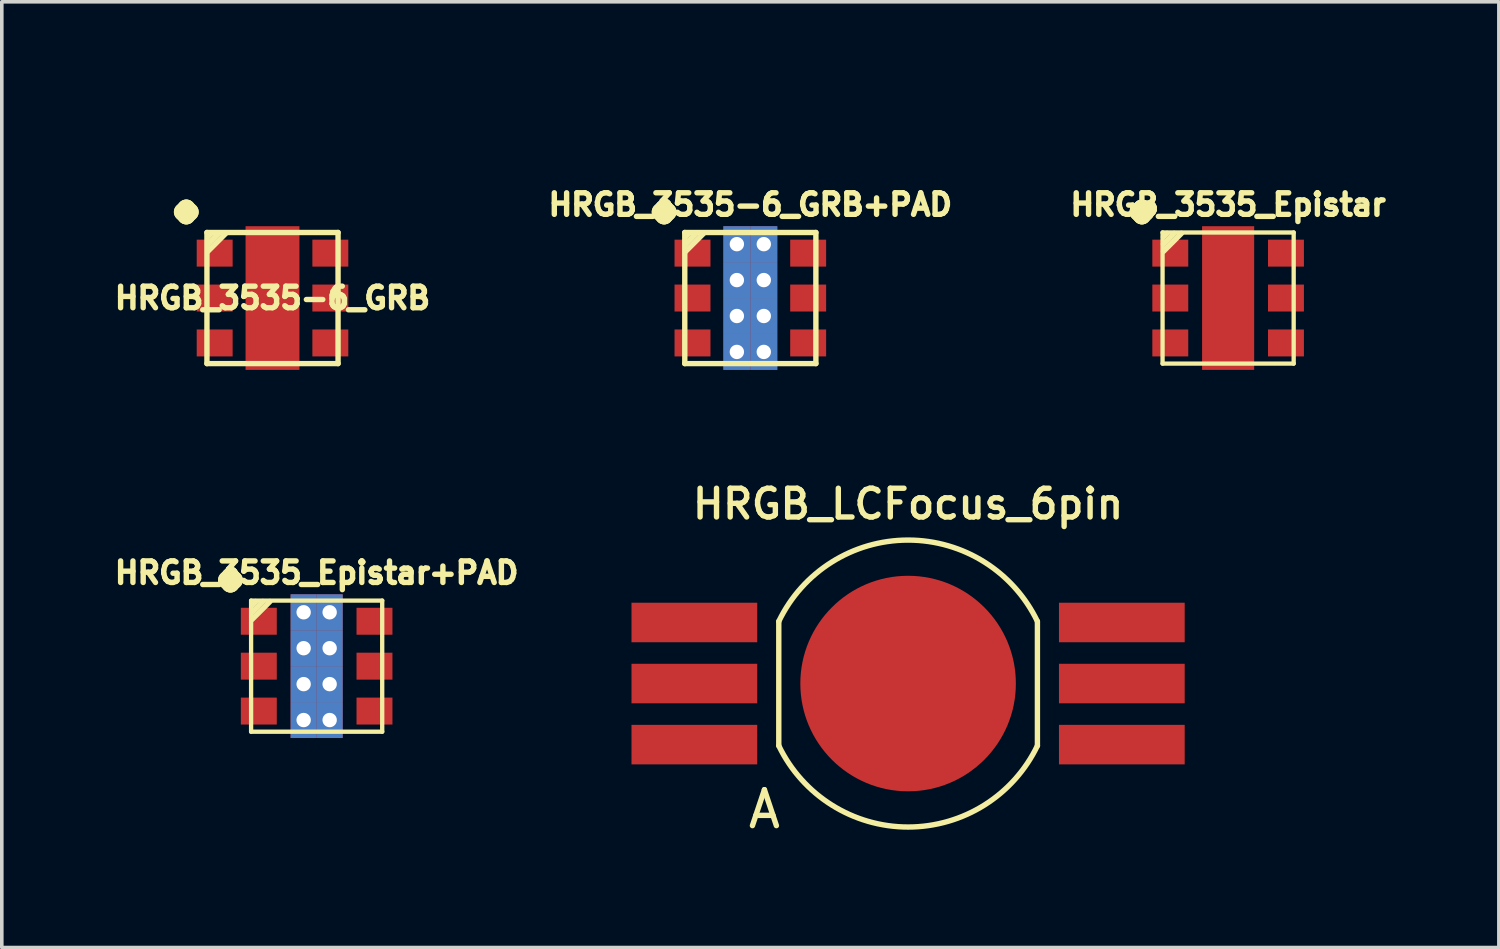
<source format=kicad_pcb>
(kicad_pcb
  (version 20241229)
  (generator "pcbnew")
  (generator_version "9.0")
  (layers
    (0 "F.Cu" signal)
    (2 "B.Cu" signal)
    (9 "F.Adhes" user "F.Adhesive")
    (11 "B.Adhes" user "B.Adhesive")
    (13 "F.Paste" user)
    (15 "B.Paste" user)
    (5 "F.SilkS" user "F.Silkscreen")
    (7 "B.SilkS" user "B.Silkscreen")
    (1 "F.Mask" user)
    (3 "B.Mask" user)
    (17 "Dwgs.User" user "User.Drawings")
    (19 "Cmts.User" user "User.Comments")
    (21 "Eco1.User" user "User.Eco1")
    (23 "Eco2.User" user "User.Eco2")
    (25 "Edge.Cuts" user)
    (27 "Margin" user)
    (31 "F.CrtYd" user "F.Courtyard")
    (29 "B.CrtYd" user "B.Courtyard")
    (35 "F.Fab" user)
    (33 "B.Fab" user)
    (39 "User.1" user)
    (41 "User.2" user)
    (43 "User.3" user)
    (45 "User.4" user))
  (footprint "HRGB_3535-6_GRB+PAD"
    (layer "F.Cu")
    (at 17.838 5.247)
    (property "Reference" "HRGB_3535-6_GRB+PAD" (at 0 -2.6 0) (layer "F.SilkS") (effects (font (size 0.6 0.6) (thickness 0.15))))
    (attr through_hole)
    (fp_line (start -1.825 -1.825) (end 1.825 -1.825) (stroke (width 0.15) (type solid)) (layer "F.SilkS"))
    (fp_line (start -1.825 1.825) (end -1.825 -1.825) (stroke (width 0.15) (type solid)) (layer "F.SilkS"))
    (fp_line (start -1.7 -1.8) (end -1.8 -1.7) (stroke (width 0.15) (type solid)) (layer "F.SilkS"))
    (fp_line (start -1.5 -1.8) (end -1.8 -1.5) (stroke (width 0.15) (type solid)) (layer "F.SilkS"))
    (fp_line (start -1.3 -1.8) (end -1.8 -1.3) (stroke (width 0.15) (type solid)) (layer "F.SilkS"))
    (fp_line (start 1.825 -1.825) (end 1.825 1.825) (stroke (width 0.15) (type solid)) (layer "F.SilkS"))
    (fp_line (start 1.825 1.825) (end -1.825 1.825) (stroke (width 0.15) (type solid)) (layer "F.SilkS"))
    (fp_text user "." (at -2.4 -3.2 0) (layer "F.SilkS") (effects (font (size 2 2) (thickness 0.5))))
    (pad "BA" smd rect (at -1.61 1.25) (size 1 0.75) (layers "F.Cu" "F.Mask" "F.Paste"))
    (pad "BC" smd rect (at 1.61 1.25) (size 1 0.75) (layers "F.Cu" "F.Mask" "F.Paste"))
    (pad "GA" smd rect (at -1.61 -1.25) (size 1 0.75) (layers "F.Cu" "F.Mask" "F.Paste"))
    (pad "GC" smd rect (at 1.61 -1.25) (size 1 0.75) (layers "F.Cu" "F.Mask" "F.Paste"))
    (pad "PAD" thru_hole rect (at -0.375 -1.5) (size 0.75 1) (drill 0.4) (layers "*.Cu" "*.Mask" "F.Paste"))
    (pad "PAD" thru_hole rect (at -0.375 -0.5) (size 0.75 1) (drill 0.4) (layers "*.Cu" "*.Mask" "F.Paste"))
    (pad "PAD" thru_hole rect (at -0.375 0.5) (size 0.75 1) (drill 0.4) (layers "*.Cu" "*.Mask" "F.Paste"))
    (pad "PAD" thru_hole rect (at -0.375 1.5) (size 0.75 1) (drill 0.4) (layers "*.Cu" "*.Mask" "F.Paste"))
    (pad "PAD" thru_hole rect (at 0.375 -1.5) (size 0.75 1) (drill 0.4) (layers "*.Cu" "*.Mask" "F.Paste"))
    (pad "PAD" thru_hole rect (at 0.375 -0.5) (size 0.75 1) (drill 0.4) (layers "*.Cu" "*.Mask" "F.Paste"))
    (pad "PAD" thru_hole rect (at 0.375 0.5) (size 0.75 1) (drill 0.4) (layers "*.Cu" "*.Mask" "F.Paste"))
    (pad "PAD" thru_hole rect (at 0.375 1.5) (size 0.75 1) (drill 0.4) (layers "*.Cu" "*.Mask" "F.Paste"))
    (pad "RA" smd rect (at -1.61 0) (size 1 0.75) (layers "F.Cu" "F.Mask" "F.Paste"))
    (pad "RC" smd rect (at 1.61 0) (size 1 0.75) (layers "F.Cu" "F.Mask" "F.Paste")))
  (footprint "HRGB_3535_Epistar"
    (layer "F.Cu")
    (at 31.139 5.247)
    (property "Reference" "HRGB_3535_Epistar" (at 0 -2.6 0) (layer "F.SilkS") (effects (font (size 0.6 0.6) (thickness 0.15))))
    (attr through_hole)
    (fp_line (start -1.825 -1.825) (end 1.825 -1.825) (stroke (width 0.12) (type solid)) (layer "F.SilkS"))
    (fp_line (start -1.825 1.825) (end -1.825 -1.825) (stroke (width 0.12) (type solid)) (layer "F.SilkS"))
    (fp_line (start -1.7 -1.8) (end -1.8 -1.7) (stroke (width 0.15) (type solid)) (layer "F.SilkS"))
    (fp_line (start -1.5 -1.8) (end -1.8 -1.5) (stroke (width 0.15) (type solid)) (layer "F.SilkS"))
    (fp_line (start -1.3 -1.8) (end -1.8 -1.3) (stroke (width 0.15) (type solid)) (layer "F.SilkS"))
    (fp_line (start 1.825 -1.825) (end 1.825 1.825) (stroke (width 0.12) (type solid)) (layer "F.SilkS"))
    (fp_line (start 1.825 1.825) (end -1.825 1.825) (stroke (width 0.12) (type solid)) (layer "F.SilkS"))
    (fp_text user "." (at -2.4 -3.2 0) (layer "F.SilkS") (effects (font (size 2 2) (thickness 0.5))))
    (pad "BA" smd rect (at -1.61 1.25) (size 1 0.75) (layers "F.Cu" "F.Mask" "F.Paste"))
    (pad "BC" smd rect (at 1.61 1.25) (size 1 0.75) (layers "F.Cu" "F.Mask" "F.Paste"))
    (pad "GA" smd rect (at -1.61 -1.25) (size 1 0.75) (layers "F.Cu" "F.Mask" "F.Paste"))
    (pad "GC" smd rect (at 1.61 -1.25) (size 1 0.75) (layers "F.Cu" "F.Mask" "F.Paste"))
    (pad "PAD" smd rect (at 0 0) (size 1.45 4) (layers "F.Cu" "F.Mask" "F.Paste"))
    (pad "RA" smd rect (at -1.61 0) (size 1 0.75) (layers "F.Cu" "F.Mask" "F.Paste"))
    (pad "RC" smd rect (at 1.61 0) (size 1 0.75) (layers "F.Cu" "F.Mask" "F.Paste")))
  (footprint "HRGB_LCFocus_6pin"
    (layer "F.Cu")
    (at 22.23 15.979)
    (property "Reference" "HRGB_LCFocus_6pin" (at 0 -5 0) (layer "F.SilkS") (effects (font (size 0.8 0.8) (thickness 0.15))))
    (attr smd)
    (fp_line (start -3.6 1.73) (end -3.6 -1.73) (stroke (width 0.15) (type solid)) (layer "F.SilkS"))
    (fp_line (start 3.6 -1.73) (end 3.6 1.73) (stroke (width 0.15) (type solid)) (layer "F.SilkS"))
    (fp_arc (start -3.6 -1.73) (mid -0.002309 -3.994107) (end 3.597997 -1.734162) (stroke (width 0.15) (type solid)) (layer "F.SilkS"))
    (fp_arc (start 3.6 1.73) (mid 0.002309 3.994107) (end -3.597997 1.734162) (stroke (width 0.15) (type solid)) (layer "F.SilkS"))
    (fp_text user "A" (at -4 3.5 0) (unlocked yes) (layer "F.SilkS") (effects (font (size 1 1) (thickness 0.15))))
    (pad "BA" smd rect (at -5.95 1.7) (size 3.5 1.1) (layers "F.Cu" "F.Mask" "F.Paste"))
    (pad "BC" smd rect (at 5.95 1.7) (size 3.5 1.1) (layers "F.Cu" "F.Mask" "F.Paste"))
    (pad "GA" smd rect (at -5.95 0) (size 3.5 1.1) (layers "F.Cu" "F.Mask" "F.Paste"))
    (pad "GC" smd rect (at 5.95 0) (size 3.5 1.1) (layers "F.Cu" "F.Mask" "F.Paste"))
    (pad "PAD" smd circle (at 0 0) (size 6 6) (layers "F.Cu" "F.Mask" "F.Paste"))
    (pad "RA" smd rect (at -5.95 -1.7) (size 3.5 1.1) (layers "F.Cu" "F.Mask" "F.Paste"))
    (pad "RC" smd rect (at 5.95 -1.7) (size 3.5 1.1) (layers "F.Cu" "F.Mask" "F.Paste")))
  (footprint "HRGB_3535-6_GRB"
    (layer "F.Cu")
    (at 4.536 5.247)
    (property "Reference" "HRGB_3535-6_GRB" (at 0 0 0) (layer "F.SilkS") (effects (font (size 0.6 0.6) (thickness 0.15))))
    (attr through_hole)
    (fp_line (start -1.825 -1.825) (end 1.825 -1.825) (stroke (width 0.15) (type solid)) (layer "F.SilkS"))
    (fp_line (start -1.825 1.825) (end -1.825 -1.825) (stroke (width 0.15) (type solid)) (layer "F.SilkS"))
    (fp_line (start -1.7 -1.8) (end -1.8 -1.7) (stroke (width 0.15) (type solid)) (layer "F.SilkS"))
    (fp_line (start -1.5 -1.8) (end -1.8 -1.5) (stroke (width 0.15) (type solid)) (layer "F.SilkS"))
    (fp_line (start -1.3 -1.8) (end -1.8 -1.3) (stroke (width 0.15) (type solid)) (layer "F.SilkS"))
    (fp_line (start 1.825 -1.825) (end 1.825 1.825) (stroke (width 0.15) (type solid)) (layer "F.SilkS"))
    (fp_line (start 1.825 1.825) (end -1.825 1.825) (stroke (width 0.15) (type solid)) (layer "F.SilkS"))
    (fp_text user "." (at -2.4 -3.2 0) (layer "F.SilkS") (effects (font (size 2 2) (thickness 0.5))))
    (pad "BA" smd rect (at -1.61 1.25) (size 1 0.75) (layers "F.Cu" "F.Mask" "F.Paste"))
    (pad "BC" smd rect (at 1.61 1.25) (size 1 0.75) (layers "F.Cu" "F.Mask" "F.Paste"))
    (pad "GA" smd rect (at -1.61 -1.25) (size 1 0.75) (layers "F.Cu" "F.Mask" "F.Paste"))
    (pad "GC" smd rect (at 1.61 -1.25) (size 1 0.75) (layers "F.Cu" "F.Mask" "F.Paste"))
    (pad "PAD" smd rect (at 0 0) (size 1.5 4) (layers "F.Cu" "F.Mask" "F.Paste"))
    (pad "RA" smd rect (at -1.61 0) (size 1 0.75) (layers "F.Cu" "F.Mask" "F.Paste"))
    (pad "RC" smd rect (at 1.61 0) (size 1 0.75) (layers "F.Cu" "F.Mask" "F.Paste")))
  (footprint "HRGB_3535_Epistar+PAD"
    (layer "F.Cu")
    (at 5.765 15.495)
    (property "Reference" "HRGB_3535_Epistar+PAD" (at 0 -2.6 0) (layer "F.SilkS") (effects (font (size 0.6 0.6) (thickness 0.15))))
    (attr through_hole)
    (fp_line (start -1.825 -1.825) (end 1.825 -1.825) (stroke (width 0.12) (type solid)) (layer "F.SilkS"))
    (fp_line (start -1.825 1.825) (end -1.825 -1.825) (stroke (width 0.12) (type solid)) (layer "F.SilkS"))
    (fp_line (start -1.7 -1.8) (end -1.8 -1.7) (stroke (width 0.15) (type solid)) (layer "F.SilkS"))
    (fp_line (start -1.5 -1.8) (end -1.8 -1.5) (stroke (width 0.15) (type solid)) (layer "F.SilkS"))
    (fp_line (start -1.3 -1.8) (end -1.8 -1.3) (stroke (width 0.15) (type solid)) (layer "F.SilkS"))
    (fp_line (start 1.825 -1.825) (end 1.825 1.825) (stroke (width 0.12) (type solid)) (layer "F.SilkS"))
    (fp_line (start 1.825 1.825) (end -1.825 1.825) (stroke (width 0.12) (type solid)) (layer "F.SilkS"))
    (fp_text user "." (at -2.4 -3.2 0) (layer "F.SilkS") (effects (font (size 2 2) (thickness 0.5))))
    (pad "BA" smd rect (at -1.61 1.25) (size 1 0.75) (layers "F.Cu" "F.Mask" "F.Paste"))
    (pad "BC" smd rect (at 1.61 1.25) (size 1 0.75) (layers "F.Cu" "F.Mask" "F.Paste"))
    (pad "GA" smd rect (at -1.61 -1.25) (size 1 0.75) (layers "F.Cu" "F.Mask" "F.Paste"))
    (pad "GC" smd rect (at 1.61 -1.25) (size 1 0.75) (layers "F.Cu" "F.Mask" "F.Paste"))
    (pad "PAD" thru_hole rect (at -0.362 -1.5) (size 0.725 1) (drill 0.4) (layers "*.Cu" "*.Mask" "F.Paste"))
    (pad "PAD" thru_hole rect (at -0.362 -0.5) (size 0.725 1) (drill 0.4) (layers "*.Cu" "*.Mask" "F.Paste"))
    (pad "PAD" thru_hole rect (at -0.362 0.5) (size 0.725 1) (drill 0.4) (layers "*.Cu" "*.Mask" "F.Paste"))
    (pad "PAD" thru_hole rect (at -0.362 1.5) (size 0.725 1) (drill 0.4) (layers "*.Cu" "*.Mask" "F.Paste"))
    (pad "PAD" thru_hole rect (at 0.362 -1.5) (size 0.725 1) (drill 0.4) (layers "*.Cu" "*.Mask" "F.Paste"))
    (pad "PAD" thru_hole rect (at 0.362 -0.5) (size 0.725 1) (drill 0.4) (layers "*.Cu" "*.Mask" "F.Paste"))
    (pad "PAD" thru_hole rect (at 0.362 0.5) (size 0.725 1) (drill 0.4) (layers "*.Cu" "*.Mask" "F.Paste"))
    (pad "PAD" thru_hole rect (at 0.362 1.5) (size 0.725 1) (drill 0.4) (layers "*.Cu" "*.Mask" "F.Paste"))
    (pad "RA" smd rect (at -1.61 0) (size 1 0.75) (layers "F.Cu" "F.Mask" "F.Paste"))
    (pad "RC" smd rect (at 1.61 0) (size 1 0.75) (layers "F.Cu" "F.Mask" "F.Paste")))
  (gr_rect
    (start -3 -3)
    (end 38.676 23.327)
    (stroke (width 0.1) (type default))
    (fill no)
    (layer "Edge.Cuts")))
</source>
